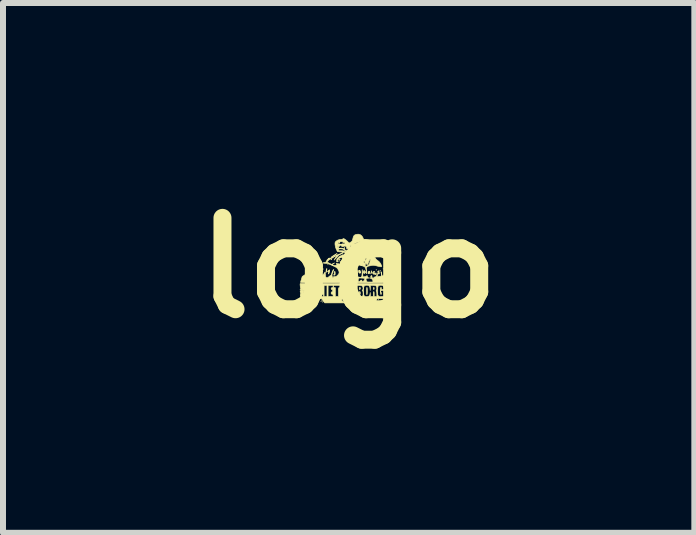
<source format=kicad_pcb>
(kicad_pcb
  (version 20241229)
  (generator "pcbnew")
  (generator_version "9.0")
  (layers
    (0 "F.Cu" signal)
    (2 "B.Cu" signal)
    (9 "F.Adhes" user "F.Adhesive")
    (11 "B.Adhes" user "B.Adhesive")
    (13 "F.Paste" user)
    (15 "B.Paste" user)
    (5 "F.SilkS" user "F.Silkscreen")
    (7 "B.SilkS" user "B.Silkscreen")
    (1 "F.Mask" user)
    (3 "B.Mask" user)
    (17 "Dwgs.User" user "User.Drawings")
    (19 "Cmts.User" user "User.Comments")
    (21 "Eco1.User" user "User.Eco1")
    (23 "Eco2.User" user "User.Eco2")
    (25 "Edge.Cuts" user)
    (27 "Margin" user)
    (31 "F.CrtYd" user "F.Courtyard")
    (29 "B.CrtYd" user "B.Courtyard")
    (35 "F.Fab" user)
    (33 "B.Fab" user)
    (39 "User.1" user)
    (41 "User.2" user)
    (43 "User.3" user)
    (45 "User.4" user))
  (footprint "logo"
    (layer "F.Cu")
    (at 2.765 1.418)
    (property "Reference" "logo" (at 0 0 0) (layer "F.SilkS") (effects (font (size 1.524 1.524) (thickness 0.3))))
    (attr through_hole)
    (fp_poly (pts (xy -0.667 0.568) (xy -0.67 0.572) (xy -0.673 0.568) (xy -0.67 0.565) (xy -0.667 0.568)) (stroke (width 0.01) (type solid)) (fill yes) (layer "F.SilkS"))
    (fp_poly (pts (xy -0.457 0.562) (xy -0.46 0.565) (xy -0.464 0.562) (xy -0.46 0.559) (xy -0.457 0.562)) (stroke (width 0.01) (type solid)) (fill yes) (layer "F.SilkS"))
    (fp_poly (pts (xy -0.451 0.537) (xy -0.454 0.54) (xy -0.457 0.537) (xy -0.454 0.533) (xy -0.451 0.537)) (stroke (width 0.01) (type solid)) (fill yes) (layer "F.SilkS"))
    (fp_poly (pts (xy -0.432 0.568) (xy -0.435 0.572) (xy -0.438 0.568) (xy -0.435 0.565) (xy -0.432 0.568)) (stroke (width 0.01) (type solid)) (fill yes) (layer "F.SilkS"))
    (fp_poly (pts (xy -0.381 0.092) (xy -0.384 0.095) (xy -0.387 0.092) (xy -0.384 0.089) (xy -0.381 0.092)) (stroke (width 0.01) (type solid)) (fill yes) (layer "F.SilkS"))
    (fp_poly (pts (xy -0.343 -0.054) (xy -0.346 -0.051) (xy -0.349 -0.054) (xy -0.346 -0.057) (xy -0.343 -0.054)) (stroke (width 0.01) (type solid)) (fill yes) (layer "F.SilkS"))
    (fp_poly (pts (xy -0.095 0.537) (xy -0.098 0.54) (xy -0.102 0.537) (xy -0.098 0.533) (xy -0.095 0.537)) (stroke (width 0.01) (type solid)) (fill yes) (layer "F.SilkS"))
    (fp_poly (pts (xy 0.038 0.53) (xy 0.035 0.533) (xy 0.032 0.53) (xy 0.035 0.527) (xy 0.038 0.53)) (stroke (width 0.01) (type solid)) (fill yes) (layer "F.SilkS"))
    (fp_poly (pts (xy 0.07 0.098) (xy 0.067 0.102) (xy 0.064 0.098) (xy 0.067 0.095) (xy 0.07 0.098)) (stroke (width 0.01) (type solid)) (fill yes) (layer "F.SilkS"))
    (fp_poly (pts (xy 0.076 0.048) (xy 0.073 0.051) (xy 0.07 0.048) (xy 0.073 0.044) (xy 0.076 0.048)) (stroke (width 0.01) (type solid)) (fill yes) (layer "F.SilkS"))
    (fp_poly (pts (xy 0.47 0.568) (xy 0.467 0.572) (xy 0.464 0.568) (xy 0.467 0.565) (xy 0.47 0.568)) (stroke (width 0.01) (type solid)) (fill yes) (layer "F.SilkS"))
    (fp_poly (pts (xy 0.502 0.53) (xy 0.498 0.533) (xy 0.495 0.53) (xy 0.498 0.527) (xy 0.502 0.53)) (stroke (width 0.01) (type solid)) (fill yes) (layer "F.SilkS"))
    (fp_poly (pts (xy 0.533 0.048) (xy 0.53 0.051) (xy 0.527 0.048) (xy 0.53 0.044) (xy 0.533 0.048)) (stroke (width 0.01) (type solid)) (fill yes) (layer "F.SilkS"))
    (fp_poly (pts (xy 0.718 0.549) (xy 0.714 0.552) (xy 0.711 0.549) (xy 0.714 0.546) (xy 0.718 0.549)) (stroke (width 0.01) (type solid)) (fill yes) (layer "F.SilkS"))
    (fp_poly (pts (xy 0.845 0.378) (xy 0.841 0.381) (xy 0.838 0.378) (xy 0.841 0.375) (xy 0.845 0.378)) (stroke (width 0.01) (type solid)) (fill yes) (layer "F.SilkS"))
    (fp_poly (pts (xy -0.091 -0.226) (xy -0.092 -0.223) (xy -0.095 -0.222) (xy -0.1 -0.225) (xy -0.099 -0.226) (xy -0.092 -0.227) (xy -0.091 -0.226)) (stroke (width 0.01) (type solid)) (fill yes) (layer "F.SilkS"))
    (fp_poly (pts (xy 0.265 -0.389) (xy 0.265 -0.376) (xy 0.265 -0.373) (xy 0.262 -0.372) (xy 0.261 -0.381) (xy 0.262 -0.39) (xy 0.265 -0.389)) (stroke (width 0.01) (type solid)) (fill yes) (layer "F.SilkS"))
    (fp_poly (pts (xy 0.461 0.028) (xy 0.462 0.035) (xy 0.461 0.036) (xy 0.458 0.035) (xy 0.457 0.032) (xy 0.46 0.027) (xy 0.461 0.028)) (stroke (width 0.01) (type solid)) (fill yes) (layer "F.SilkS"))
    (fp_poly (pts (xy 0.582 0.015) (xy 0.581 0.019) (xy 0.578 0.019) (xy 0.573 0.017) (xy 0.574 0.015) (xy 0.581 0.014) (xy 0.582 0.015)) (stroke (width 0.01) (type solid)) (fill yes) (layer "F.SilkS"))
    (fp_poly (pts (xy -0.282 -0.145) (xy -0.284 -0.14) (xy -0.29 -0.137) (xy -0.298 -0.135) (xy -0.295 -0.14) (xy -0.294 -0.14) (xy -0.285 -0.146) (xy -0.282 -0.145)) (stroke (width 0.01) (type solid)) (fill yes) (layer "F.SilkS"))
    (fp_poly (pts (xy -0.604 0.164) (xy -0.603 0.168) (xy -0.607 0.177) (xy -0.61 0.178) (xy -0.615 0.173) (xy -0.616 0.168) (xy -0.613 0.16) (xy -0.61 0.159) (xy -0.604 0.164)) (stroke (width 0.01) (type solid)) (fill yes) (layer "F.SilkS"))
    (fp_poly (pts (xy -0.142 -0.139) (xy -0.144 -0.135) (xy -0.146 -0.133) (xy -0.159 -0.127) (xy -0.165 -0.131) (xy -0.165 -0.133) (xy -0.16 -0.138) (xy -0.151 -0.14) (xy -0.142 -0.139)) (stroke (width 0.01) (type solid)) (fill yes) (layer "F.SilkS"))
    (fp_poly (pts (xy 0.194 0.33) (xy 0.195 0.341) (xy 0.192 0.353) (xy 0.186 0.361) (xy 0.184 0.362) (xy 0.18 0.356) (xy 0.178 0.343) (xy 0.178 0.343) (xy 0.18 0.328) (xy 0.186 0.324) (xy 0.194 0.33)) (stroke (width 0.01) (type solid)) (fill yes) (layer "F.SilkS"))
    (fp_poly (pts (xy 0.379 0.05) (xy 0.383 0.063) (xy 0.384 0.067) (xy 0.386 0.083) (xy 0.386 0.092) (xy 0.385 0.093) (xy 0.383 0.089) (xy 0.379 0.077) (xy 0.378 0.073) (xy 0.376 0.057) (xy 0.376 0.047) (xy 0.377 0.047) (xy 0.379 0.05)) (stroke (width 0.01) (type solid)) (fill yes) (layer "F.SilkS"))
    (fp_poly (pts (xy 0.424 0.329) (xy 0.425 0.343) (xy 0.425 0.343) (xy 0.424 0.356) (xy 0.419 0.362) (xy 0.419 0.362) (xy 0.415 0.356) (xy 0.413 0.343) (xy 0.413 0.343) (xy 0.415 0.33) (xy 0.419 0.324) (xy 0.419 0.324) (xy 0.424 0.329)) (stroke (width 0.01) (type solid)) (fill yes) (layer "F.SilkS"))
    (fp_poly (pts (xy -0.363 0.013) (xy -0.364 0.027) (xy -0.365 0.034) (xy -0.368 0.055) (xy -0.372 0.07) (xy -0.375 0.076) (xy -0.377 0.071) (xy -0.378 0.056) (xy -0.378 0.056) (xy -0.375 0.035) (xy -0.371 0.019) (xy -0.369 0.015) (xy -0.364 0.01) (xy -0.363 0.013)) (stroke (width 0.01) (type solid)) (fill yes) (layer "F.SilkS"))
    (fp_poly (pts (xy 0.191 0.399) (xy 0.194 0.412) (xy 0.194 0.423) (xy 0.192 0.436) (xy 0.191 0.44) (xy 0.186 0.444) (xy 0.184 0.445) (xy 0.18 0.439) (xy 0.178 0.425) (xy 0.178 0.419) (xy 0.179 0.403) (xy 0.182 0.394) (xy 0.183 0.394) (xy 0.191 0.399)) (stroke (width 0.01) (type solid)) (fill yes) (layer "F.SilkS"))
    (fp_poly (pts (xy -0.556 0.33) (xy -0.554 0.347) (xy -0.553 0.372) (xy -0.552 0.384) (xy -0.553 0.41) (xy -0.555 0.432) (xy -0.557 0.445) (xy -0.559 0.448) (xy -0.562 0.444) (xy -0.564 0.428) (xy -0.565 0.401) (xy -0.565 0.388) (xy -0.565 0.358) (xy -0.563 0.337) (xy -0.56 0.325) (xy -0.559 0.324) (xy -0.556 0.33)) (stroke (width 0.01) (type solid)) (fill yes) (layer "F.SilkS"))
    (fp_poly (pts (xy -0.206 -0.229) (xy -0.22 -0.217) (xy -0.239 -0.205) (xy -0.244 -0.202) (xy -0.263 -0.192) (xy -0.278 -0.182) (xy -0.281 -0.179) (xy -0.289 -0.174) (xy -0.292 -0.175) (xy -0.287 -0.182) (xy -0.275 -0.192) (xy -0.265 -0.198) (xy -0.244 -0.211) (xy -0.222 -0.225) (xy -0.216 -0.229) (xy -0.194 -0.243) (xy -0.206 -0.229)) (stroke (width 0.01) (type solid)) (fill yes) (layer "F.SilkS"))
    (fp_poly (pts (xy 0.308 0.33) (xy 0.31 0.347) (xy 0.311 0.372) (xy 0.311 0.384) (xy 0.311 0.41) (xy 0.309 0.432) (xy 0.306 0.445) (xy 0.305 0.448) (xy 0.302 0.444) (xy 0.3 0.428) (xy 0.299 0.401) (xy 0.298 0.388) (xy 0.299 0.358) (xy 0.301 0.337) (xy 0.303 0.325) (xy 0.305 0.324) (xy 0.308 0.33)) (stroke (width 0.01) (type solid)) (fill yes) (layer "F.SilkS"))
    (fp_poly (pts (xy -0.228 0.06) (xy -0.226 0.073) (xy -0.225 0.089) (xy -0.226 0.108) (xy -0.229 0.117) (xy -0.235 0.12) (xy -0.241 0.121) (xy -0.251 0.119) (xy -0.25 0.116) (xy -0.243 0.107) (xy -0.238 0.094) (xy -0.237 0.082) (xy -0.24 0.076) (xy -0.241 0.076) (xy -0.246 0.074) (xy -0.241 0.067) (xy -0.233 0.059) (xy -0.228 0.06)) (stroke (width 0.01) (type solid)) (fill yes) (layer "F.SilkS"))
    (fp_poly (pts (xy 0.043 0.054) (xy 0.051 0.058) (xy 0.047 0.062) (xy 0.043 0.064) (xy 0.034 0.072) (xy 0.032 0.081) (xy 0.036 0.086) (xy 0.041 0.085) (xy 0.049 0.085) (xy 0.051 0.088) (xy 0.046 0.094) (xy 0.035 0.095) (xy 0.025 0.092) (xy 0.023 0.091) (xy 0.019 0.081) (xy 0.02 0.066) (xy 0.024 0.055) (xy 0.026 0.054) (xy 0.037 0.052) (xy 0.043 0.054)) (stroke (width 0.01) (type solid)) (fill yes) (layer "F.SilkS"))
    (fp_poly (pts (xy 0.12 0.05) (xy 0.12 0.056) (xy 0.118 0.074) (xy 0.111 0.087) (xy 0.103 0.094) (xy 0.094 0.092) (xy 0.092 0.089) (xy 0.094 0.083) (xy 0.098 0.083) (xy 0.107 0.079) (xy 0.108 0.076) (xy 0.104 0.07) (xy 0.102 0.07) (xy 0.095 0.065) (xy 0.093 0.059) (xy 0.091 0.053) (xy 0.097 0.056) (xy 0.098 0.057) (xy 0.106 0.06) (xy 0.113 0.053) (xy 0.114 0.053) (xy 0.119 0.046) (xy 0.12 0.05)) (stroke (width 0.01) (type solid)) (fill yes) (layer "F.SilkS"))
    (fp_poly (pts (xy 0.267 0.049) (xy 0.276 0.058) (xy 0.282 0.07) (xy 0.28 0.078) (xy 0.275 0.084) (xy 0.263 0.094) (xy 0.254 0.092) (xy 0.248 0.084) (xy 0.246 0.073) (xy 0.255 0.073) (xy 0.257 0.08) (xy 0.263 0.079) (xy 0.271 0.072) (xy 0.272 0.069) (xy 0.265 0.063) (xy 0.258 0.066) (xy 0.255 0.073) (xy 0.246 0.073) (xy 0.245 0.069) (xy 0.247 0.055) (xy 0.253 0.046) (xy 0.258 0.044) (xy 0.267 0.049)) (stroke (width 0.01) (type solid)) (fill yes) (layer "F.SilkS"))
    (fp_poly (pts (xy 0.511 0.05) (xy 0.509 0.057) (xy 0.504 0.06) (xy 0.497 0.064) (xy 0.5 0.069) (xy 0.505 0.072) (xy 0.513 0.084) (xy 0.512 0.091) (xy 0.505 0.099) (xy 0.496 0.102) (xy 0.49 0.098) (xy 0.489 0.095) (xy 0.494 0.09) (xy 0.496 0.09) (xy 0.504 0.087) (xy 0.506 0.084) (xy 0.504 0.078) (xy 0.496 0.076) (xy 0.485 0.072) (xy 0.483 0.067) (xy 0.487 0.058) (xy 0.497 0.05) (xy 0.506 0.048) (xy 0.511 0.05)) (stroke (width 0.01) (type solid)) (fill yes) (layer "F.SilkS"))
    (fp_poly (pts (xy -0.428 0.012) (xy -0.427 0.021) (xy -0.432 0.034) (xy -0.442 0.044) (xy -0.453 0.053) (xy -0.454 0.056) (xy -0.446 0.057) (xy -0.445 0.057) (xy -0.435 0.06) (xy -0.432 0.064) (xy -0.432 0.068) (xy -0.437 0.069) (xy -0.448 0.067) (xy -0.46 0.064) (xy -0.478 0.06) (xy -0.455 0.043) (xy -0.439 0.029) (xy -0.433 0.019) (xy -0.435 0.014) (xy -0.446 0.016) (xy -0.455 0.018) (xy -0.453 0.015) (xy -0.449 0.013) (xy -0.436 0.008) (xy -0.428 0.012)) (stroke (width 0.01) (type solid)) (fill yes) (layer "F.SilkS"))
    (fp_poly (pts (xy 0.43 0.06) (xy 0.436 0.064) (xy 0.432 0.068) (xy 0.426 0.072) (xy 0.412 0.081) (xy 0.408 0.089) (xy 0.413 0.095) (xy 0.419 0.095) (xy 0.428 0.093) (xy 0.429 0.089) (xy 0.431 0.084) (xy 0.438 0.083) (xy 0.448 0.086) (xy 0.451 0.098) (xy 0.45 0.11) (xy 0.448 0.114) (xy 0.445 0.109) (xy 0.445 0.108) (xy 0.44 0.104) (xy 0.431 0.105) (xy 0.416 0.105) (xy 0.405 0.096) (xy 0.4 0.083) (xy 0.405 0.069) (xy 0.409 0.064) (xy 0.423 0.059) (xy 0.43 0.06)) (stroke (width 0.01) (type solid)) (fill yes) (layer "F.SilkS"))
    (fp_poly (pts (xy -0.318 0.046) (xy -0.319 0.062) (xy -0.324 0.079) (xy -0.33 0.094) (xy -0.335 0.101) (xy -0.336 0.102) (xy -0.339 0.096) (xy -0.338 0.083) (xy -0.338 0.083) (xy -0.338 0.069) (xy -0.345 0.063) (xy -0.347 0.062) (xy -0.353 0.06) (xy -0.35 0.055) (xy -0.345 0.051) (xy -0.333 0.051) (xy -0.333 0.057) (xy -0.331 0.057) (xy -0.324 0.053) (xy -0.324 0.051) (xy -0.326 0.045) (xy -0.327 0.044) (xy -0.332 0.049) (xy -0.333 0.051) (xy -0.345 0.051) (xy -0.338 0.046) (xy -0.318 0.031) (xy -0.318 0.046)) (stroke (width 0.01) (type solid)) (fill yes) (layer "F.SilkS"))
    (fp_poly (pts (xy 0.347 0.056) (xy 0.353 0.065) (xy 0.357 0.08) (xy 0.358 0.082) (xy 0.36 0.096) (xy 0.359 0.099) (xy 0.352 0.094) (xy 0.35 0.093) (xy 0.339 0.085) (xy 0.332 0.083) (xy 0.332 0.087) (xy 0.333 0.088) (xy 0.332 0.097) (xy 0.33 0.098) (xy 0.326 0.096) (xy 0.324 0.084) (xy 0.326 0.07) (xy 0.337 0.07) (xy 0.339 0.076) (xy 0.339 0.076) (xy 0.345 0.072) (xy 0.346 0.07) (xy 0.346 0.064) (xy 0.343 0.064) (xy 0.337 0.068) (xy 0.337 0.07) (xy 0.326 0.07) (xy 0.327 0.067) (xy 0.335 0.056) (xy 0.345 0.055) (xy 0.347 0.056)) (stroke (width 0.01) (type solid)) (fill yes) (layer "F.SilkS"))
    (fp_poly (pts (xy -0.511 -0.008) (xy -0.517 0.003) (xy -0.517 0.003) (xy -0.523 0.014) (xy -0.523 0.019) (xy -0.522 0.019) (xy -0.522 0.022) (xy -0.524 0.024) (xy -0.533 0.033) (xy -0.539 0.041) (xy -0.545 0.05) (xy -0.545 0.047) (xy -0.544 0.04) (xy -0.544 0.029) (xy -0.553 0.025) (xy -0.553 0.025) (xy -0.563 0.023) (xy -0.565 0.019) (xy -0.56 0.015) (xy -0.548 0.015) (xy -0.534 0.012) (xy -0.528 0.006) (xy -0.527 0.00021) (xy -0.532 0.003) (xy -0.536 0.006) (xy -0.546 0.011) (xy -0.55 0.011) (xy -0.547 0.006) (xy -0.537 -0.001) (xy -0.525 -0.008) (xy -0.514 -0.012) (xy -0.511 -0.013) (xy -0.511 -0.008)) (stroke (width 0.01) (type solid)) (fill yes) (layer "F.SilkS"))
    (fp_poly (pts (xy 0.189 0.044) (xy 0.198 0.057) (xy 0.202 0.072) (xy 0.2 0.08) (xy 0.192 0.088) (xy 0.181 0.088) (xy 0.171 0.08) (xy 0.17 0.076) (xy 0.178 0.076) (xy 0.183 0.082) (xy 0.184 0.083) (xy 0.19 0.078) (xy 0.191 0.076) (xy 0.186 0.07) (xy 0.184 0.07) (xy 0.178 0.075) (xy 0.178 0.076) (xy 0.17 0.076) (xy 0.169 0.075) (xy 0.165 0.053) (xy 0.166 0.051) (xy 0.178 0.051) (xy 0.18 0.057) (xy 0.181 0.057) (xy 0.186 0.053) (xy 0.187 0.051) (xy 0.187 0.045) (xy 0.185 0.044) (xy 0.178 0.049) (xy 0.178 0.051) (xy 0.166 0.051) (xy 0.168 0.042) (xy 0.178 0.038) (xy 0.189 0.044)) (stroke (width 0.01) (type solid)) (fill yes) (layer "F.SilkS"))
    (fp_poly (pts (xy 0.057 0.22) (xy 0.117 0.26) (xy 0.813 0.26) (xy 0.813 0.349) (xy 0.765 0.349) (xy 0.742 0.35) (xy 0.726 0.352) (xy 0.718 0.354) (xy 0.718 0.355) (xy 0.723 0.357) (xy 0.739 0.359) (xy 0.76 0.36) (xy 0.764 0.36) (xy 0.81 0.359) (xy 0.81 0.377) (xy 0.81 0.378) (xy 0.809 0.39) (xy 0.803 0.396) (xy 0.79 0.4) (xy 0.781 0.401) (xy 0.752 0.405) (xy 0.783 0.404) (xy 0.803 0.405) (xy 0.812 0.409) (xy 0.813 0.411) (xy 0.808 0.416) (xy 0.793 0.419) (xy 0.767 0.42) (xy 0.764 0.42) (xy 0.714 0.421) (xy 0.762 0.425) (xy 0.81 0.429) (xy 0.812 0.452) (xy 0.811 0.469) (xy 0.805 0.482) (xy 0.793 0.495) (xy 0.772 0.514) (xy 0.624 0.514) (xy 0.477 0.514) (xy 0.46 0.543) (xy 0.448 0.561) (xy 0.437 0.574) (xy 0.432 0.578) (xy 0.423 0.579) (xy 0.402 0.58) (xy 0.369 0.581) (xy 0.326 0.582) (xy 0.272 0.583) (xy 0.208 0.584) (xy 0.135 0.584) (xy 0.053 0.584) (xy 0.011 0.584) (xy -0.399 0.584) (xy -0.416 0.564) (xy -0.427 0.55) (xy -0.118 0.55) (xy -0.109 0.552) (xy -0.109 0.552) (xy -0.098 0.555) (xy -0.095 0.559) (xy -0.09 0.564) (xy -0.08 0.565) (xy -0.071 0.562) (xy -0.069 0.559) (xy -0.068 0.549) (xy -0.068 0.532) (xy -0.069 0.524) (xy -0.07 0.511) (xy -0.051 0.511) (xy -0.046 0.519) (xy -0.038 0.52) (xy -0.032 0.515) (xy -0.031 0.513) (xy -0.03 0.508) (xy -0.028 0.513) (xy -0.029 0.523) (xy -0.037 0.536) (xy -0.038 0.537) (xy -0.048 0.553) (xy -0.049 0.561) (xy -0.039 0.565) (xy -0.029 0.565) (xy -0.014 0.564) (xy -0.007 0.56) (xy -0.006 0.559) (xy -0.012 0.553) (xy -0.016 0.552) (xy -0.021 0.55) (xy -0.018 0.543) (xy -0.014 0.537) (xy 0.014 0.537) (xy 0.014 0.549) (xy 0.022 0.552) (xy 0.022 0.552) (xy 0.031 0.556) (xy 0.032 0.559) (xy 0.037 0.564) (xy 0.047 0.565) (xy 0.056 0.561) (xy 0.059 0.557) (xy 0.06 0.546) (xy 0.059 0.529) (xy 0.059 0.522) (xy 0.057 0.511) (xy 0.072 0.511) (xy 0.073 0.515) (xy 0.078 0.518) (xy 0.087 0.527) (xy 0.089 0.544) (xy 0.091 0.56) (xy 0.098 0.565) (xy 0.098 0.565) (xy 0.104 0.562) (xy 0.107 0.551) (xy 0.108 0.53) (xy 0.107 0.509) (xy 0.105 0.499) (xy 0.098 0.497) (xy 0.085 0.503) (xy 0.083 0.505) (xy 0.072 0.511) (xy 0.057 0.511) (xy 0.056 0.505) (xy 0.051 0.497) (xy 0.041 0.495) (xy 0.041 0.495) (xy 0.029 0.499) (xy 0.02 0.513) (xy 0.02 0.515) (xy 0.014 0.537) (xy -0.014 0.537) (xy -0.012 0.533) (xy -0.003 0.52) (xy -0.002 0.512) (xy -0.007 0.504) (xy -0.008 0.504) (xy -0.02 0.498) (xy -0.035 0.498) (xy -0.047 0.503) (xy -0.051 0.511) (xy -0.07 0.511) (xy -0.071 0.506) (xy -0.075 0.498) (xy -0.084 0.495) (xy -0.086 0.495) (xy -0.099 0.5) (xy -0.107 0.513) (xy -0.113 0.53) (xy -0.118 0.541) (xy -0.118 0.55) (xy -0.427 0.55) (xy -0.429 0.547) (xy -0.439 0.531) (xy -0.44 0.529) (xy -0.447 0.514) (xy -0.772 0.514) (xy -0.789 0.497) (xy -0.8 0.48) (xy -0.806 0.461) (xy -0.699 0.461) (xy -0.697 0.471) (xy -0.69 0.475) (xy -0.674 0.476) (xy -0.674 0.476) (xy -0.654 0.474) (xy -0.64 0.467) (xy -0.639 0.466) (xy -0.634 0.46) (xy -0.631 0.448) (xy -0.63 0.43) (xy -0.629 0.403) (xy -0.629 0.376) (xy -0.616 0.376) (xy -0.615 0.404) (xy -0.614 0.429) (xy -0.612 0.449) (xy -0.609 0.458) (xy -0.594 0.473) (xy -0.573 0.481) (xy -0.55 0.48) (xy -0.527 0.471) (xy -0.523 0.467) (xy -0.515 0.46) (xy -0.51 0.452) (xy -0.507 0.442) (xy -0.505 0.426) (xy -0.505 0.401) (xy -0.505 0.385) (xy -0.506 0.349) (xy -0.509 0.324) (xy -0.515 0.307) (xy -0.526 0.296) (xy -0.537 0.292) (xy -0.495 0.292) (xy -0.495 0.476) (xy -0.419 0.476) (xy -0.419 0.476) (xy -0.41 0.476) (xy -0.386 0.476) (xy -0.362 0.476) (xy -0.362 0.292) (xy -0.343 0.292) (xy -0.343 0.476) (xy -0.26 0.476) (xy -0.26 0.457) (xy -0.262 0.444) (xy -0.269 0.439) (xy -0.276 0.438) (xy -0.288 0.436) (xy -0.292 0.427) (xy -0.292 0.419) (xy -0.29 0.405) (xy -0.283 0.4) (xy -0.279 0.4) (xy -0.27 0.397) (xy -0.267 0.386) (xy -0.267 0.381) (xy -0.269 0.367) (xy -0.276 0.362) (xy -0.279 0.362) (xy -0.289 0.358) (xy -0.292 0.346) (xy -0.289 0.334) (xy -0.279 0.33) (xy -0.276 0.33) (xy -0.265 0.328) (xy -0.261 0.319) (xy -0.26 0.311) (xy -0.26 0.292) (xy -0.254 0.292) (xy -0.254 0.311) (xy -0.252 0.325) (xy -0.245 0.33) (xy -0.238 0.33) (xy -0.222 0.33) (xy -0.222 0.476) (xy -0.171 0.476) (xy -0.171 0.403) (xy -0.171 0.394) (xy -0.101 0.394) (xy -0.1 0.421) (xy -0.099 0.442) (xy -0.096 0.453) (xy -0.084 0.468) (xy -0.064 0.478) (xy -0.041 0.481) (xy -0.019 0.477) (xy -0.001 0.466) (xy 0.002 0.463) (xy 0.009 0.446) (xy 0.013 0.425) (xy 0.013 0.424) (xy 0.013 0.399) (xy -0.011 0.401) (xy -0.027 0.404) (xy -0.034 0.41) (xy -0.037 0.424) (xy -0.037 0.427) (xy -0.04 0.441) (xy -0.044 0.448) (xy -0.045 0.447) (xy -0.048 0.44) (xy -0.05 0.424) (xy -0.051 0.402) (xy -0.051 0.378) (xy -0.05 0.355) (xy -0.048 0.336) (xy -0.046 0.325) (xy -0.044 0.324) (xy -0.04 0.329) (xy -0.038 0.344) (xy -0.038 0.349) (xy -0.038 0.375) (xy 0.013 0.375) (xy 0.013 0.347) (xy 0.01 0.327) (xy 0.005 0.31) (xy 0.003 0.306) (xy -0.009 0.297) (xy 0.013 0.297) (xy 0.015 0.305) (xy 0.019 0.322) (xy 0.026 0.345) (xy 0.029 0.355) (xy 0.036 0.385) (xy 0.042 0.414) (xy 0.044 0.439) (xy 0.044 0.443) (xy 0.044 0.476) (xy 0.067 0.476) (xy 0.081 0.476) (xy 0.087 0.471) (xy 0.089 0.46) (xy 0.089 0.449) (xy 0.09 0.435) (xy 0.094 0.413) (xy 0.099 0.388) (xy 0.106 0.361) (xy 0.113 0.336) (xy 0.119 0.315) (xy 0.124 0.302) (xy 0.127 0.298) (xy 0.128 0.304) (xy 0.129 0.321) (xy 0.13 0.345) (xy 0.13 0.376) (xy 0.13 0.387) (xy 0.13 0.476) (xy 0.178 0.476) (xy 0.205 0.475) (xy 0.225 0.472) (xy 0.234 0.469) (xy 0.239 0.457) (xy 0.241 0.439) (xy 0.241 0.419) (xy 0.239 0.4) (xy 0.235 0.386) (xy 0.232 0.383) (xy 0.23 0.382) (xy 0.248 0.382) (xy 0.248 0.418) (xy 0.251 0.443) (xy 0.256 0.46) (xy 0.265 0.471) (xy 0.275 0.477) (xy 0.296 0.48) (xy 0.32 0.477) (xy 0.34 0.469) (xy 0.343 0.466) (xy 0.352 0.451) (xy 0.357 0.428) (xy 0.357 0.426) (xy 0.359 0.412) (xy 0.359 0.409) (xy 0.36 0.417) (xy 0.361 0.437) (xy 0.362 0.476) (xy 0.413 0.476) (xy 0.413 0.435) (xy 0.414 0.413) (xy 0.416 0.399) (xy 0.419 0.394) (xy 0.422 0.4) (xy 0.425 0.415) (xy 0.425 0.435) (xy 0.425 0.476) (xy 0.47 0.476) (xy 0.47 0.436) (xy 0.469 0.413) (xy 0.466 0.396) (xy 0.462 0.389) (xy 0.46 0.385) (xy 0.483 0.385) (xy 0.483 0.416) (xy 0.483 0.437) (xy 0.485 0.45) (xy 0.489 0.459) (xy 0.494 0.465) (xy 0.5 0.47) (xy 0.519 0.48) (xy 0.533 0.48) (xy 0.552 0.477) (xy 0.57 0.476) (xy 0.591 0.477) (xy 0.591 0.374) (xy 0.564 0.376) (xy 0.546 0.378) (xy 0.537 0.384) (xy 0.535 0.392) (xy 0.535 0.403) (xy 0.539 0.406) (xy 0.544 0.412) (xy 0.546 0.425) (xy 0.546 0.426) (xy 0.544 0.44) (xy 0.538 0.443) (xy 0.534 0.436) (xy 0.531 0.42) (xy 0.528 0.398) (xy 0.527 0.374) (xy 0.528 0.353) (xy 0.53 0.338) (xy 0.536 0.326) (xy 0.542 0.325) (xy 0.545 0.335) (xy 0.545 0.341) (xy 0.545 0.353) (xy 0.55 0.358) (xy 0.565 0.361) (xy 0.567 0.361) (xy 0.582 0.361) (xy 0.589 0.358) (xy 0.591 0.346) (xy 0.591 0.338) (xy 0.59 0.333) (xy 0.599 0.333) (xy 0.602 0.355) (xy 0.613 0.376) (xy 0.635 0.396) (xy 0.635 0.396) (xy 0.651 0.409) (xy 0.659 0.421) (xy 0.66 0.432) (xy 0.658 0.447) (xy 0.654 0.45) (xy 0.649 0.442) (xy 0.647 0.43) (xy 0.643 0.416) (xy 0.635 0.409) (xy 0.624 0.408) (xy 0.61 0.407) (xy 0.605 0.411) (xy 0.603 0.424) (xy 0.603 0.43) (xy 0.605 0.447) (xy 0.607 0.46) (xy 0.608 0.461) (xy 0.624 0.474) (xy 0.646 0.48) (xy 0.67 0.479) (xy 0.69 0.472) (xy 0.7 0.463) (xy 0.708 0.446) (xy 0.711 0.424) (xy 0.709 0.405) (xy 0.72 0.405) (xy 0.727 0.406) (xy 0.735 0.405) (xy 0.735 0.403) (xy 0.743 0.403) (xy 0.746 0.406) (xy 0.749 0.403) (xy 0.746 0.4) (xy 0.743 0.403) (xy 0.735 0.403) (xy 0.735 0.403) (xy 0.726 0.401) (xy 0.723 0.402) (xy 0.72 0.405) (xy 0.709 0.405) (xy 0.709 0.403) (xy 0.705 0.394) (xy 0.704 0.389) (xy 0.708 0.386) (xy 0.721 0.383) (xy 0.744 0.381) (xy 0.754 0.38) (xy 0.81 0.377) (xy 0.748 0.376) (xy 0.718 0.376) (xy 0.698 0.374) (xy 0.683 0.371) (xy 0.672 0.366) (xy 0.667 0.362) (xy 0.655 0.351) (xy 0.649 0.338) (xy 0.648 0.328) (xy 0.654 0.324) (xy 0.654 0.324) (xy 0.659 0.329) (xy 0.66 0.337) (xy 0.663 0.345) (xy 0.673 0.349) (xy 0.683 0.349) (xy 0.698 0.348) (xy 0.704 0.343) (xy 0.705 0.331) (xy 0.7 0.309) (xy 0.684 0.295) (xy 0.665 0.289) (xy 0.638 0.288) (xy 0.618 0.297) (xy 0.605 0.313) (xy 0.599 0.333) (xy 0.59 0.333) (xy 0.586 0.313) (xy 0.572 0.297) (xy 0.549 0.29) (xy 0.537 0.289) (xy 0.516 0.29) (xy 0.501 0.295) (xy 0.491 0.306) (xy 0.486 0.324) (xy 0.483 0.352) (xy 0.483 0.385) (xy 0.46 0.385) (xy 0.458 0.38) (xy 0.462 0.373) (xy 0.468 0.36) (xy 0.47 0.341) (xy 0.467 0.321) (xy 0.461 0.305) (xy 0.459 0.304) (xy 0.45 0.297) (xy 0.436 0.293) (xy 0.413 0.292) (xy 0.405 0.292) (xy 0.362 0.292) (xy 0.361 0.341) (xy 0.36 0.365) (xy 0.36 0.377) (xy 0.359 0.377) (xy 0.358 0.366) (xy 0.357 0.352) (xy 0.353 0.322) (xy 0.344 0.303) (xy 0.328 0.292) (xy 0.304 0.289) (xy 0.3 0.289) (xy 0.28 0.291) (xy 0.265 0.297) (xy 0.255 0.31) (xy 0.25 0.331) (xy 0.248 0.362) (xy 0.248 0.382) (xy 0.23 0.382) (xy 0.225 0.379) (xy 0.228 0.373) (xy 0.232 0.368) (xy 0.24 0.354) (xy 0.24 0.335) (xy 0.239 0.332) (xy 0.235 0.315) (xy 0.228 0.304) (xy 0.216 0.297) (xy 0.197 0.294) (xy 0.169 0.293) (xy 0.146 0.293) (xy 0.08 0.295) (xy 0.074 0.324) (xy 0.07 0.34) (xy 0.068 0.345) (xy 0.065 0.339) (xy 0.061 0.321) (xy 0.061 0.316) (xy 0.057 0.3) (xy 0.05 0.294) (xy 0.037 0.292) (xy 0.035 0.292) (xy 0.02 0.293) (xy 0.013 0.296) (xy 0.013 0.297) (xy -0.009 0.297) (xy -0.013 0.294) (xy -0.035 0.288) (xy -0.059 0.29) (xy -0.081 0.299) (xy -0.093 0.31) (xy -0.096 0.321) (xy -0.099 0.341) (xy -0.101 0.367) (xy -0.101 0.394) (xy -0.171 0.394) (xy -0.171 0.372) (xy -0.171 0.351) (xy -0.169 0.339) (xy -0.166 0.332) (xy -0.162 0.33) (xy -0.159 0.33) (xy -0.149 0.327) (xy -0.146 0.316) (xy -0.146 0.311) (xy -0.146 0.292) (xy -0.254 0.292) (xy -0.26 0.292) (xy -0.343 0.292) (xy -0.362 0.292) (xy -0.386 0.292) (xy -0.41 0.292) (xy -0.41 0.476) (xy -0.419 0.476) (xy -0.419 0.457) (xy -0.421 0.443) (xy -0.429 0.438) (xy -0.432 0.438) (xy -0.437 0.437) (xy -0.441 0.434) (xy -0.443 0.425) (xy -0.444 0.409) (xy -0.444 0.383) (xy -0.445 0.365) (xy -0.445 0.292) (xy -0.495 0.292) (xy -0.537 0.292) (xy -0.542 0.29) (xy -0.549 0.288) (xy -0.57 0.289) (xy -0.591 0.296) (xy -0.607 0.307) (xy -0.612 0.315) (xy -0.614 0.328) (xy -0.616 0.349) (xy -0.616 0.376) (xy -0.629 0.376) (xy -0.629 0.374) (xy -0.629 0.292) (xy -0.679 0.292) (xy -0.679 0.365) (xy -0.68 0.398) (xy -0.681 0.42) (xy -0.683 0.434) (xy -0.686 0.44) (xy -0.689 0.442) (xy -0.696 0.451) (xy -0.699 0.461) (xy -0.806 0.461) (xy -0.806 0.461) (xy -0.807 0.442) (xy -0.802 0.428) (xy -0.795 0.423) (xy -0.79 0.422) (xy -0.764 0.422) (xy -0.759 0.423) (xy -0.744 0.423) (xy -0.733 0.423) (xy -0.713 0.423) (xy -0.703 0.422) (xy -0.702 0.421) (xy -0.706 0.421) (xy -0.729 0.42) (xy -0.753 0.421) (xy -0.757 0.421) (xy -0.764 0.422) (xy -0.79 0.422) (xy -0.788 0.421) (xy -0.792 0.42) (xy -0.795 0.42) (xy -0.805 0.416) (xy -0.804 0.409) (xy -0.795 0.404) (xy -0.791 0.403) (xy -0.764 0.403) (xy -0.759 0.404) (xy -0.744 0.404) (xy -0.733 0.404) (xy -0.713 0.404) (xy -0.703 0.403) (xy -0.702 0.402) (xy -0.706 0.402) (xy -0.729 0.401) (xy -0.753 0.401) (xy -0.757 0.402) (xy -0.764 0.403) (xy -0.791 0.403) (xy -0.79 0.402) (xy -0.796 0.401) (xy -0.798 0.401) (xy -0.809 0.397) (xy -0.809 0.391) (xy -0.804 0.386) (xy -0.791 0.383) (xy -0.77 0.381) (xy -0.744 0.379) (xy -0.683 0.377) (xy -0.747 0.376) (xy -0.776 0.375) (xy -0.795 0.374) (xy -0.806 0.371) (xy -0.81 0.367) (xy -0.811 0.365) (xy -0.807 0.358) (xy -0.802 0.358) (xy -0.795 0.358) (xy -0.794 0.356) (xy -0.796 0.352) (xy -0.781 0.352) (xy -0.778 0.356) (xy -0.775 0.352) (xy -0.699 0.352) (xy -0.695 0.356) (xy -0.692 0.352) (xy -0.695 0.349) (xy -0.699 0.352) (xy -0.775 0.352) (xy -0.778 0.349) (xy -0.781 0.352) (xy -0.796 0.352) (xy -0.799 0.348) (xy -0.799 0.348) (xy -0.802 0.341) (xy -0.806 0.325) (xy -0.808 0.303) (xy -0.808 0.303) (xy -0.81 0.281) (xy -0.81 0.268) (xy -0.807 0.262) (xy -0.801 0.26) (xy -0.798 0.26) (xy -0.789 0.26) (xy -0.769 0.26) (xy -0.738 0.26) (xy -0.699 0.26) (xy -0.652 0.26) (xy -0.598 0.26) (xy -0.539 0.26) (xy -0.476 0.26) (xy -0.451 0.26) (xy -0.377 0.26) (xy -0.315 0.261) (xy -0.263 0.261) (xy -0.221 0.26) (xy -0.186 0.26) (xy -0.158 0.258) (xy -0.136 0.256) (xy -0.119 0.253) (xy -0.105 0.249) (xy -0.093 0.244) (xy -0.082 0.238) (xy -0.07 0.23) (xy -0.058 0.22) (xy -0.043 0.209) (xy -0.041 0.207) (xy -0.003 0.179) (xy 0.057 0.22)) (stroke (width 0.01) (type solid)) (fill yes) (layer "F.SilkS"))
    (fp_poly (pts (xy 0.19 -0.556) (xy 0.216 -0.538) (xy 0.236 -0.51) (xy 0.241 -0.496) (xy 0.248 -0.479) (xy 0.256 -0.472) (xy 0.267 -0.47) (xy 0.291 -0.467) (xy 0.303 -0.458) (xy 0.304 -0.444) (xy 0.293 -0.426) (xy 0.292 -0.425) (xy 0.283 -0.415) (xy 0.276 -0.415) (xy 0.274 -0.418) (xy 0.268 -0.423) (xy 0.262 -0.417) (xy 0.259 -0.414) (xy 0.248 -0.403) (xy 0.237 -0.4) (xy 0.224 -0.395) (xy 0.217 -0.381) (xy 0.209 -0.366) (xy 0.199 -0.357) (xy 0.19 -0.346) (xy 0.188 -0.33) (xy 0.193 -0.314) (xy 0.203 -0.303) (xy 0.206 -0.302) (xy 0.222 -0.298) (xy 0.231 -0.295) (xy 0.237 -0.296) (xy 0.242 -0.306) (xy 0.244 -0.317) (xy 0.25 -0.337) (xy 0.259 -0.349) (xy 0.261 -0.349) (xy 0.273 -0.355) (xy 0.278 -0.352) (xy 0.276 -0.338) (xy 0.271 -0.323) (xy 0.265 -0.314) (xy 0.261 -0.314) (xy 0.26 -0.321) (xy 0.259 -0.329) (xy 0.255 -0.325) (xy 0.254 -0.324) (xy 0.25 -0.311) (xy 0.248 -0.293) (xy 0.248 -0.29) (xy 0.244 -0.269) (xy 0.232 -0.253) (xy 0.232 -0.253) (xy 0.219 -0.24) (xy 0.217 -0.232) (xy 0.225 -0.227) (xy 0.226 -0.226) (xy 0.244 -0.224) (xy 0.26 -0.231) (xy 0.268 -0.245) (xy 0.268 -0.247) (xy 0.27 -0.264) (xy 0.279 -0.247) (xy 0.295 -0.227) (xy 0.321 -0.216) (xy 0.356 -0.213) (xy 0.375 -0.214) (xy 0.398 -0.216) (xy 0.411 -0.215) (xy 0.418 -0.213) (xy 0.421 -0.206) (xy 0.423 -0.201) (xy 0.43 -0.184) (xy 0.439 -0.174) (xy 0.448 -0.163) (xy 0.451 -0.155) (xy 0.456 -0.146) (xy 0.468 -0.136) (xy 0.468 -0.136) (xy 0.506 -0.106) (xy 0.533 -0.073) (xy 0.548 -0.037) (xy 0.549 -0.037) (xy 0.55 -0.024) (xy 0.545 -0.019) (xy 0.538 -0.019) (xy 0.526 -0.02) (xy 0.505 -0.024) (xy 0.479 -0.03) (xy 0.469 -0.033) (xy 0.441 -0.039) (xy 0.421 -0.043) (xy 0.404 -0.043) (xy 0.386 -0.041) (xy 0.377 -0.039) (xy 0.354 -0.034) (xy 0.334 -0.03) (xy 0.326 -0.028) (xy 0.308 -0.019) (xy 0.298 -0.001) (xy 0.297 0.026) (xy 0.299 0.035) (xy 0.303 0.062) (xy 0.304 0.083) (xy 0.304 0.095) (xy 0.301 0.098) (xy 0.299 0.096) (xy 0.296 0.084) (xy 0.296 0.079) (xy 0.297 0.068) (xy 0.294 0.051) (xy 0.292 0.044) (xy 0.285 0.016) (xy 0.278 -0.003) (xy 0.268 -0.016) (xy 0.253 -0.025) (xy 0.231 -0.033) (xy 0.203 -0.04) (xy 0.185 -0.045) (xy 0.17 -0.047) (xy 0.154 -0.046) (xy 0.132 -0.042) (xy 0.109 -0.038) (xy 0.081 -0.031) (xy 0.054 -0.024) (xy 0.034 -0.016) (xy 0.029 -0.013) (xy 0.01 0.004) (xy -0.002 0.024) (xy -0.004 0.044) (xy -0.001 0.053) (xy 0.005 0.07) (xy 0.009 0.084) (xy 0.019 0.107) (xy 0.036 0.122) (xy 0.056 0.127) (xy 0.073 0.13) (xy 0.083 0.137) (xy 0.096 0.144) (xy 0.117 0.145) (xy 0.13 0.143) (xy 0.138 0.14) (xy 0.142 0.132) (xy 0.143 0.117) (xy 0.14 0.094) (xy 0.137 0.068) (xy 0.135 0.046) (xy 0.136 0.034) (xy 0.138 0.032) (xy 0.141 0.038) (xy 0.144 0.053) (xy 0.147 0.076) (xy 0.148 0.09) (xy 0.15 0.116) (xy 0.152 0.136) (xy 0.154 0.148) (xy 0.154 0.149) (xy 0.161 0.151) (xy 0.175 0.154) (xy 0.178 0.155) (xy 0.197 0.157) (xy 0.201 0.156) (xy 0.26 0.156) (xy 0.264 0.159) (xy 0.267 0.156) (xy 0.264 0.152) (xy 0.26 0.156) (xy 0.201 0.156) (xy 0.21 0.153) (xy 0.218 0.142) (xy 0.222 0.122) (xy 0.224 0.092) (xy 0.224 0.084) (xy 0.224 0.059) (xy 0.225 0.039) (xy 0.226 0.029) (xy 0.227 0.028) (xy 0.228 0.035) (xy 0.23 0.051) (xy 0.232 0.075) (xy 0.234 0.09) (xy 0.238 0.149) (xy 0.264 0.147) (xy 0.282 0.144) (xy 0.294 0.138) (xy 0.296 0.136) (xy 0.305 0.128) (xy 0.31 0.131) (xy 0.311 0.139) (xy 0.316 0.151) (xy 0.325 0.161) (xy 0.34 0.171) (xy 0.32 0.171) (xy 0.3 0.175) (xy 0.29 0.185) (xy 0.291 0.202) (xy 0.295 0.212) (xy 0.301 0.225) (xy 0.307 0.232) (xy 0.318 0.235) (xy 0.338 0.235) (xy 0.341 0.235) (xy 0.364 0.235) (xy 0.382 0.235) (xy 0.391 0.236) (xy 0.401 0.234) (xy 0.405 0.223) (xy 0.405 0.222) (xy 0.401 0.202) (xy 0.387 0.185) (xy 0.366 0.173) (xy 0.361 0.172) (xy 0.348 0.168) (xy 0.347 0.167) (xy 0.356 0.166) (xy 0.357 0.166) (xy 0.372 0.163) (xy 0.378 0.157) (xy 0.374 0.149) (xy 0.372 0.148) (xy 0.366 0.143) (xy 0.37 0.136) (xy 0.374 0.132) (xy 0.382 0.126) (xy 0.386 0.128) (xy 0.388 0.14) (xy 0.389 0.145) (xy 0.391 0.161) (xy 0.397 0.168) (xy 0.411 0.17) (xy 0.426 0.169) (xy 0.432 0.165) (xy 0.428 0.16) (xy 0.421 0.157) (xy 0.418 0.155) (xy 0.427 0.153) (xy 0.43 0.153) (xy 0.452 0.147) (xy 0.466 0.133) (xy 0.47 0.112) (xy 0.469 0.092) (xy 0.47 0.084) (xy 0.474 0.086) (xy 0.476 0.089) (xy 0.479 0.101) (xy 0.479 0.119) (xy 0.479 0.125) (xy 0.478 0.143) (xy 0.481 0.152) (xy 0.488 0.152) (xy 0.492 0.146) (xy 0.5 0.142) (xy 0.516 0.14) (xy 0.521 0.14) (xy 0.537 0.139) (xy 0.544 0.135) (xy 0.546 0.124) (xy 0.546 0.118) (xy 0.544 0.097) (xy 0.54 0.08) (xy 0.537 0.068) (xy 0.539 0.064) (xy 0.547 0.069) (xy 0.551 0.085) (xy 0.552 0.105) (xy 0.556 0.124) (xy 0.564 0.134) (xy 0.577 0.134) (xy 0.582 0.131) (xy 0.588 0.124) (xy 0.592 0.113) (xy 0.593 0.095) (xy 0.594 0.074) (xy 0.593 0.026) (xy 0.616 0.04) (xy 0.634 0.051) (xy 0.657 0.066) (xy 0.683 0.083) (xy 0.71 0.101) (xy 0.735 0.117) (xy 0.755 0.131) (xy 0.768 0.139) (xy 0.77 0.141) (xy 0.776 0.15) (xy 0.783 0.167) (xy 0.792 0.189) (xy 0.799 0.212) (xy 0.805 0.232) (xy 0.806 0.244) (xy 0.8 0.245) (xy 0.783 0.246) (xy 0.754 0.246) (xy 0.717 0.247) (xy 0.672 0.247) (xy 0.619 0.247) (xy 0.561 0.248) (xy 0.498 0.248) (xy 0.461 0.248) (xy 0.115 0.248) (xy 0.056 0.206) (xy 0.048 0.201) (xy 0.158 0.201) (xy 0.16 0.217) (xy 0.167 0.227) (xy 0.173 0.229) (xy 0.184 0.224) (xy 0.194 0.216) (xy 0.205 0.207) (xy 0.215 0.203) (xy 0.221 0.206) (xy 0.22 0.212) (xy 0.221 0.222) (xy 0.224 0.224) (xy 0.24 0.224) (xy 0.255 0.213) (xy 0.264 0.198) (xy 0.268 0.187) (xy 0.269 0.179) (xy 0.263 0.175) (xy 0.249 0.172) (xy 0.225 0.17) (xy 0.214 0.17) (xy 0.192 0.168) (xy 0.178 0.169) (xy 0.17 0.173) (xy 0.165 0.18) (xy 0.163 0.184) (xy 0.158 0.201) (xy 0.048 0.201) (xy 0.03 0.189) (xy 0.009 0.176) (xy -0.005 0.17) (xy -0.009 0.17) (xy -0.017 0.176) (xy -0.032 0.188) (xy -0.053 0.203) (xy -0.065 0.212) (xy -0.113 0.248) (xy -0.46 0.248) (xy -0.538 0.248) (xy -0.604 0.247) (xy -0.658 0.247) (xy -0.703 0.247) (xy -0.739 0.246) (xy -0.765 0.245) (xy -0.784 0.244) (xy -0.796 0.243) (xy -0.802 0.241) (xy -0.803 0.24) (xy -0.8 0.23) (xy -0.795 0.212) (xy -0.788 0.189) (xy -0.788 0.187) (xy -0.774 0.143) (xy -0.704 0.098) (xy -0.665 0.074) (xy -0.636 0.054) (xy -0.616 0.039) (xy -0.604 0.028) (xy -0.598 0.02) (xy -0.597 0.016) (xy -0.593 0.004) (xy -0.581 -0.013) (xy -0.566 -0.032) (xy -0.548 -0.05) (xy -0.535 -0.06) (xy -0.513 -0.071) (xy -0.488 -0.078) (xy -0.483 -0.079) (xy -0.454 -0.083) (xy -0.487 -0.072) (xy -0.512 -0.062) (xy -0.538 -0.046) (xy -0.547 -0.039) (xy -0.567 -0.018) (xy -0.584 0.009) (xy -0.597 0.037) (xy -0.603 0.061) (xy -0.603 0.065) (xy -0.608 0.082) (xy -0.622 0.103) (xy -0.629 0.111) (xy -0.642 0.127) (xy -0.651 0.14) (xy -0.654 0.145) (xy -0.649 0.157) (xy -0.637 0.17) (xy -0.623 0.18) (xy -0.609 0.191) (xy -0.597 0.206) (xy -0.586 0.221) (xy -0.575 0.227) (xy -0.568 0.225) (xy -0.565 0.216) (xy -0.561 0.202) (xy -0.552 0.191) (xy -0.542 0.171) (xy -0.54 0.153) (xy -0.541 0.136) (xy -0.547 0.127) (xy -0.56 0.121) (xy -0.561 0.121) (xy -0.579 0.113) (xy -0.591 0.104) (xy -0.592 0.103) (xy -0.597 0.097) (xy -0.593 0.097) (xy -0.586 0.101) (xy -0.568 0.106) (xy -0.551 0.101) (xy -0.534 0.085) (xy -0.516 0.058) (xy -0.5 0.026) (xy -0.488 0.004) (xy -0.479 -0.01) (xy -0.474 -0.013) (xy -0.473 -0.013) (xy -0.473 -0.003) (xy -0.48 0.011) (xy -0.481 0.012) (xy -0.499 0.045) (xy -0.507 0.083) (xy -0.508 0.095) (xy -0.505 0.114) (xy -0.495 0.13) (xy -0.487 0.138) (xy -0.473 0.151) (xy -0.463 0.158) (xy -0.46 0.159) (xy -0.46 0.155) (xy -0.466 0.149) (xy -0.475 0.142) (xy -0.473 0.14) (xy -0.466 0.14) (xy -0.455 0.135) (xy -0.44 0.124) (xy -0.424 0.11) (xy -0.41 0.094) (xy -0.401 0.082) (xy -0.4 0.078) (xy -0.396 0.07) (xy -0.394 0.07) (xy -0.388 0.073) (xy -0.39 0.082) (xy -0.397 0.095) (xy -0.404 0.11) (xy -0.406 0.118) (xy -0.402 0.118) (xy -0.397 0.111) (xy -0.39 0.104) (xy -0.388 0.106) (xy -0.387 0.12) (xy -0.387 0.12) (xy -0.384 0.146) (xy -0.375 0.16) (xy -0.36 0.164) (xy -0.341 0.156) (xy -0.325 0.143) (xy -0.31 0.131) (xy -0.3 0.125) (xy -0.297 0.125) (xy -0.293 0.121) (xy -0.288 0.108) (xy -0.281 0.087) (xy -0.28 0.084) (xy -0.272 0.061) (xy -0.263 0.042) (xy -0.256 0.031) (xy -0.256 0.031) (xy -0.248 0.026) (xy -0.249 0.03) (xy -0.251 0.035) (xy -0.264 0.068) (xy -0.272 0.092) (xy -0.277 0.11) (xy -0.278 0.123) (xy -0.276 0.136) (xy -0.276 0.138) (xy -0.27 0.154) (xy -0.262 0.163) (xy -0.261 0.164) (xy -0.255 0.163) (xy -0.256 0.156) (xy -0.256 0.15) (xy -0.249 0.147) (xy -0.234 0.146) (xy -0.216 0.144) (xy -0.202 0.138) (xy -0.186 0.124) (xy -0.183 0.121) (xy -0.166 0.101) (xy -0.159 0.081) (xy -0.162 0.058) (xy -0.172 0.034) (xy -0.179 0.022) (xy -0.041 0.022) (xy -0.037 0.025) (xy -0.027 0.018) (xy -0.023 0.014) (xy -0.012 0.001) (xy -0.001 -0.016) (xy 0.000361 -0.017) (xy 0.01 -0.031) (xy 0.022 -0.037) (xy 0.038 -0.038) (xy 0.056 -0.04) (xy 0.063 -0.044) (xy 0.06 -0.048) (xy 0.222 -0.048) (xy 0.225 -0.044) (xy 0.229 -0.048) (xy 0.226 -0.05) (xy 0.276 -0.05) (xy 0.277 -0.036) (xy 0.282 -0.027) (xy 0.286 -0.025) (xy 0.295 -0.028) (xy 0.31 -0.034) (xy 0.314 -0.036) (xy 0.334 -0.052) (xy 0.349 -0.078) (xy 0.358 -0.116) (xy 0.359 -0.122) (xy 0.363 -0.149) (xy 0.35 -0.134) (xy 0.34 -0.117) (xy 0.331 -0.096) (xy 0.33 -0.092) (xy 0.322 -0.069) (xy 0.314 -0.057) (xy 0.306 -0.056) (xy 0.298 -0.064) (xy 0.287 -0.078) (xy 0.28 -0.064) (xy 0.276 -0.05) (xy 0.226 -0.05) (xy 0.225 -0.051) (xy 0.222 -0.048) (xy 0.06 -0.048) (xy 0.057 -0.052) (xy 0.048 -0.057) (xy 0.026 -0.062) (xy 0.009 -0.061) (xy -0.006 -0.059) (xy -0.01 -0.062) (xy -0.01 -0.063) (xy -0.001 -0.068) (xy 0.011 -0.07) (xy 0.022 -0.071) (xy 0.022 -0.076) (xy 0.019 -0.08) (xy 0.007 -0.087) (xy -0.001 -0.087) (xy -0.011 -0.087) (xy -0.012 -0.093) (xy -0.005 -0.097) (xy -0.00015 -0.102) (xy -0.003 -0.104) (xy 0.249 -0.104) (xy 0.253 -0.092) (xy 0.261 -0.081) (xy 0.269 -0.081) (xy 0.273 -0.093) (xy 0.273 -0.096) (xy 0.269 -0.107) (xy 0.26 -0.114) (xy 0.25 -0.113) (xy 0.25 -0.112) (xy 0.249 -0.104) (xy -0.003 -0.104) (xy -0.005 -0.106) (xy -0.01 -0.117) (xy -0.009 -0.123) (xy -0.008 -0.132) (xy -0.016 -0.132) (xy -0.026 -0.124) (xy -0.032 -0.106) (xy -0.034 -0.078) (xy -0.032 -0.044) (xy -0.032 -0.044) (xy -0.031 -0.015) (xy -0.035 0.005) (xy -0.036 0.009) (xy -0.041 0.022) (xy -0.179 0.022) (xy -0.183 0.014) (xy -0.198 -0.001) (xy -0.219 -0.015) (xy -0.248 -0.029) (xy -0.26 -0.035) (xy -0.286 -0.046) (xy -0.311 -0.057) (xy -0.327 -0.065) (xy -0.356 -0.075) (xy -0.389 -0.077) (xy -0.409 -0.078) (xy -0.422 -0.08) (xy -0.425 -0.083) (xy -0.42 -0.087) (xy -0.408 -0.089) (xy -0.391 -0.091) (xy -0.379 -0.099) (xy -0.369 -0.115) (xy -0.366 -0.122) (xy -0.357 -0.139) (xy -0.349 -0.146) (xy -0.342 -0.141) (xy -0.342 -0.139) (xy -0.337 -0.137) (xy -0.331 -0.142) (xy -0.325 -0.15) (xy -0.329 -0.15) (xy -0.332 -0.149) (xy -0.341 -0.148) (xy -0.343 -0.151) (xy -0.34 -0.156) (xy -0.318 -0.156) (xy -0.314 -0.152) (xy -0.311 -0.156) (xy -0.314 -0.159) (xy -0.318 -0.156) (xy -0.34 -0.156) (xy -0.338 -0.158) (xy -0.326 -0.163) (xy -0.314 -0.163) (xy -0.312 -0.162) (xy -0.304 -0.163) (xy -0.288 -0.17) (xy -0.267 -0.18) (xy -0.259 -0.184) (xy -0.233 -0.197) (xy -0.207 -0.209) (xy -0.186 -0.218) (xy -0.184 -0.219) (xy -0.165 -0.226) (xy -0.148 -0.232) (xy -0.128 -0.241) (xy -0.11 -0.25) (xy -0.097 -0.253) (xy -0.092 -0.253) (xy -0.095 -0.249) (xy -0.106 -0.242) (xy -0.122 -0.234) (xy -0.137 -0.227) (xy -0.149 -0.223) (xy -0.151 -0.222) (xy -0.159 -0.218) (xy -0.172 -0.205) (xy -0.19 -0.187) (xy -0.211 -0.165) (xy -0.225 -0.149) (xy -0.242 -0.13) (xy -0.233 -0.149) (xy -0.222 -0.167) (xy -0.21 -0.18) (xy -0.198 -0.193) (xy -0.196 -0.2) (xy -0.202 -0.201) (xy -0.216 -0.197) (xy -0.235 -0.188) (xy -0.258 -0.174) (xy -0.276 -0.162) (xy -0.292 -0.155) (xy -0.3 -0.152) (xy -0.311 -0.148) (xy -0.325 -0.137) (xy -0.34 -0.123) (xy -0.351 -0.109) (xy -0.356 -0.1) (xy -0.35 -0.093) (xy -0.336 -0.084) (xy -0.32 -0.076) (xy -0.284 -0.059) (xy -0.255 -0.074) (xy -0.241 -0.081) (xy -0.235 -0.083) (xy -0.237 -0.081) (xy -0.252 -0.071) (xy -0.263 -0.062) (xy -0.276 -0.052) (xy -0.259 -0.045) (xy -0.243 -0.042) (xy -0.225 -0.042) (xy -0.208 -0.045) (xy -0.198 -0.05) (xy -0.197 -0.054) (xy -0.197 -0.054) (xy -0.165 -0.054) (xy -0.162 -0.051) (xy -0.159 -0.054) (xy -0.162 -0.057) (xy -0.165 -0.054) (xy -0.197 -0.054) (xy -0.201 -0.064) (xy -0.205 -0.069) (xy -0.209 -0.075) (xy -0.203 -0.074) (xy -0.198 -0.073) (xy -0.183 -0.07) (xy -0.162 -0.068) (xy -0.157 -0.067) (xy -0.134 -0.063) (xy -0.114 -0.055) (xy -0.111 -0.053) (xy -0.099 -0.046) (xy -0.095 -0.045) (xy -0.097 -0.052) (xy -0.097 -0.053) (xy -0.101 -0.064) (xy -0.102 -0.067) (xy -0.106 -0.072) (xy -0.118 -0.081) (xy -0.125 -0.085) (xy -0.149 -0.102) (xy -0.127 -0.102) (xy -0.109 -0.103) (xy -0.096 -0.102) (xy -0.095 -0.102) (xy -0.092 -0.105) (xy -0.1 -0.113) (xy -0.102 -0.115) (xy -0.11 -0.123) (xy -0.111 -0.125) (xy -0.11 -0.124) (xy -0.099 -0.123) (xy -0.088 -0.126) (xy -0.078 -0.13) (xy -0.079 -0.133) (xy -0.087 -0.136) (xy -0.087 -0.136) (xy 0.091 -0.136) (xy 0.093 -0.123) (xy 0.098 -0.111) (xy 0.102 -0.108) (xy 0.106 -0.113) (xy 0.108 -0.127) (xy 0.106 -0.142) (xy 0.1 -0.15) (xy 0.094 -0.149) (xy 0.092 -0.146) (xy 0.091 -0.136) (xy -0.087 -0.136) (xy -0.097 -0.143) (xy -0.097 -0.151) (xy -0.099 -0.165) (xy -0.11 -0.174) (xy -0.127 -0.176) (xy -0.131 -0.175) (xy -0.149 -0.166) (xy -0.167 -0.15) (xy -0.181 -0.132) (xy -0.186 -0.121) (xy -0.186 -0.112) (xy -0.179 -0.113) (xy -0.173 -0.113) (xy -0.173 -0.11) (xy -0.183 -0.103) (xy -0.19 -0.1) (xy -0.197 -0.099) (xy -0.2 -0.105) (xy -0.2 -0.119) (xy -0.2 -0.126) (xy -0.196 -0.149) (xy -0.188 -0.161) (xy -0.186 -0.162) (xy -0.173 -0.172) (xy -0.168 -0.178) (xy 0.025 -0.178) (xy 0.031 -0.172) (xy 0.035 -0.171) (xy 0.042 -0.175) (xy 0.041 -0.178) (xy 0.033 -0.184) (xy 0.031 -0.184) (xy 0.026 -0.179) (xy 0.025 -0.178) (xy -0.168 -0.178) (xy -0.166 -0.18) (xy -0.151 -0.193) (xy -0.129 -0.203) (xy -0.125 -0.204) (xy 0.095 -0.204) (xy 0.099 -0.196) (xy 0.111 -0.182) (xy 0.127 -0.165) (xy 0.13 -0.161) (xy 0.147 -0.144) (xy 0.159 -0.129) (xy 0.165 -0.119) (xy 0.165 -0.118) (xy 0.169 -0.107) (xy 0.177 -0.104) (xy 0.179 -0.105) (xy 0.18 -0.113) (xy 0.175 -0.125) (xy 0.175 -0.126) (xy 0.168 -0.136) (xy 0.273 -0.136) (xy 0.276 -0.128) (xy 0.279 -0.127) (xy 0.285 -0.132) (xy 0.292 -0.145) (xy 0.292 -0.146) (xy 0.297 -0.163) (xy 0.293 -0.171) (xy 0.283 -0.169) (xy 0.277 -0.162) (xy 0.273 -0.149) (xy 0.273 -0.136) (xy 0.168 -0.136) (xy 0.167 -0.138) (xy 0.154 -0.153) (xy 0.139 -0.169) (xy 0.123 -0.185) (xy 0.109 -0.197) (xy 0.099 -0.204) (xy 0.095 -0.204) (xy -0.125 -0.204) (xy -0.106 -0.209) (xy -0.099 -0.21) (xy -0.098 -0.21) (xy 0.152 -0.21) (xy 0.155 -0.202) (xy 0.167 -0.189) (xy 0.175 -0.181) (xy 0.194 -0.163) (xy 0.207 -0.154) (xy 0.212 -0.154) (xy 0.21 -0.164) (xy 0.205 -0.172) (xy 0.189 -0.194) (xy 0.174 -0.209) (xy 0.16 -0.214) (xy 0.156 -0.214) (xy 0.152 -0.21) (xy -0.098 -0.21) (xy -0.084 -0.214) (xy -0.081 -0.216) (xy 0.184 -0.216) (xy 0.188 -0.212) (xy 0.19 -0.212) (xy 0.196 -0.21) (xy 0.205 -0.199) (xy 0.209 -0.194) (xy 0.22 -0.178) (xy 0.231 -0.173) (xy 0.243 -0.18) (xy 0.255 -0.193) (xy 0.273 -0.214) (xy 0.25 -0.215) (xy 0.231 -0.217) (xy 0.216 -0.222) (xy 0.215 -0.223) (xy 0.201 -0.227) (xy 0.189 -0.224) (xy 0.184 -0.216) (xy -0.081 -0.216) (xy -0.068 -0.224) (xy -0.066 -0.225) (xy -0.053 -0.236) (xy -0.043 -0.241) (xy -0.042 -0.242) (xy -0.042 -0.242) (xy -0.005 -0.242) (xy 0.001 -0.23) (xy 0.013 -0.225) (xy 0.025 -0.225) (xy 0.042 -0.228) (xy 0.063 -0.231) (xy 0.067 -0.232) (xy 0.088 -0.233) (xy 0.098 -0.229) (xy 0.098 -0.229) (xy 0.105 -0.225) (xy 0.112 -0.23) (xy 0.114 -0.242) (xy 0.111 -0.256) (xy 0.103 -0.276) (xy 0.092 -0.3) (xy 0.079 -0.322) (xy 0.075 -0.328) (xy 0.093 -0.328) (xy 0.094 -0.32) (xy 0.1 -0.306) (xy 0.108 -0.291) (xy 0.115 -0.282) (xy 0.116 -0.28) (xy 0.12 -0.273) (xy 0.121 -0.267) (xy 0.124 -0.256) (xy 0.132 -0.245) (xy 0.138 -0.241) (xy 0.139 -0.246) (xy 0.137 -0.256) (xy 0.135 -0.265) (xy 0.137 -0.263) (xy 0.14 -0.259) (xy 0.152 -0.25) (xy 0.169 -0.248) (xy 0.183 -0.253) (xy 0.187 -0.261) (xy 0.187 -0.275) (xy 0.186 -0.284) (xy 0.191 -0.284) (xy 0.193 -0.277) (xy 0.201 -0.263) (xy 0.217 -0.26) (xy 0.231 -0.264) (xy 0.241 -0.272) (xy 0.239 -0.281) (xy 0.226 -0.289) (xy 0.219 -0.292) (xy 0.201 -0.297) (xy 0.192 -0.294) (xy 0.191 -0.284) (xy 0.186 -0.284) (xy 0.185 -0.289) (xy 0.18 -0.298) (xy 0.178 -0.298) (xy 0.165 -0.296) (xy 0.15 -0.29) (xy 0.138 -0.283) (xy 0.133 -0.278) (xy 0.131 -0.274) (xy 0.126 -0.279) (xy 0.121 -0.289) (xy 0.118 -0.298) (xy 0.116 -0.308) (xy 0.118 -0.307) (xy 0.12 -0.304) (xy 0.126 -0.298) (xy 0.135 -0.297) (xy 0.151 -0.3) (xy 0.154 -0.301) (xy 0.173 -0.31) (xy 0.18 -0.319) (xy 0.18 -0.32) (xy 0.179 -0.341) (xy 0.176 -0.352) (xy 0.172 -0.355) (xy 0.171 -0.356) (xy 0.166 -0.351) (xy 0.167 -0.347) (xy 0.164 -0.338) (xy 0.151 -0.331) (xy 0.136 -0.326) (xy 0.129 -0.324) (xy 0.127 -0.327) (xy 0.127 -0.33) (xy 0.132 -0.336) (xy 0.143 -0.34) (xy 0.156 -0.345) (xy 0.157 -0.353) (xy 0.15 -0.365) (xy 0.14 -0.372) (xy 0.131 -0.369) (xy 0.127 -0.359) (xy 0.123 -0.348) (xy 0.118 -0.343) (xy 0.111 -0.333) (xy 0.11 -0.328) (xy 0.111 -0.324) (xy 0.11 -0.325) (xy 0.102 -0.33) (xy 0.098 -0.33) (xy 0.093 -0.328) (xy 0.075 -0.328) (xy 0.067 -0.34) (xy 0.065 -0.343) (xy 0.05 -0.36) (xy 0.039 -0.375) (xy 0.037 -0.377) (xy 0.092 -0.377) (xy 0.093 -0.372) (xy 0.099 -0.366) (xy 0.106 -0.369) (xy 0.108 -0.375) (xy 0.103 -0.38) (xy 0.099 -0.381) (xy 0.092 -0.377) (xy 0.037 -0.377) (xy 0.026 -0.391) (xy 0.03 -0.355) (xy 0.029 -0.319) (xy 0.018 -0.29) (xy 0.004 -0.273) (xy -0.005 -0.259) (xy -0.005 -0.242) (xy -0.042 -0.242) (xy -0.042 -0.244) (xy -0.051 -0.251) (xy -0.054 -0.253) (xy -0.075 -0.26) (xy -0.108 -0.265) (xy -0.132 -0.267) (xy -0.157 -0.269) (xy -0.177 -0.271) (xy -0.189 -0.273) (xy -0.19 -0.275) (xy -0.193 -0.283) (xy -0.197 -0.292) (xy -0.191 -0.292) (xy -0.186 -0.286) (xy -0.184 -0.286) (xy -0.179 -0.291) (xy -0.178 -0.296) (xy -0.181 -0.302) (xy -0.171 -0.302) (xy -0.171 -0.302) (xy -0.171 -0.293) (xy -0.167 -0.289) (xy -0.158 -0.286) (xy -0.14 -0.286) (xy -0.125 -0.286) (xy -0.097 -0.285) (xy -0.077 -0.281) (xy -0.062 -0.274) (xy -0.06 -0.273) (xy -0.044 -0.263) (xy -0.035 -0.261) (xy -0.036 -0.266) (xy -0.044 -0.276) (xy -0.056 -0.287) (xy -0.064 -0.292) (xy -0.065 -0.292) (xy -0.073 -0.296) (xy -0.083 -0.305) (xy -0.094 -0.313) (xy -0.11 -0.316) (xy -0.133 -0.318) (xy -0.154 -0.317) (xy -0.166 -0.315) (xy -0.171 -0.311) (xy -0.171 -0.302) (xy -0.181 -0.302) (xy -0.181 -0.302) (xy -0.184 -0.302) (xy -0.19 -0.294) (xy -0.191 -0.292) (xy -0.197 -0.292) (xy -0.2 -0.298) (xy -0.207 -0.312) (xy -0.214 -0.33) (xy -0.19 -0.33) (xy -0.189 -0.319) (xy -0.186 -0.314) (xy -0.184 -0.314) (xy -0.18 -0.323) (xy -0.178 -0.338) (xy -0.178 -0.341) (xy -0.171 -0.341) (xy -0.17 -0.333) (xy -0.166 -0.329) (xy -0.154 -0.328) (xy -0.136 -0.329) (xy -0.114 -0.329) (xy -0.098 -0.327) (xy -0.093 -0.324) (xy -0.084 -0.318) (xy -0.077 -0.323) (xy -0.074 -0.335) (xy -0.073 -0.344) (xy -0.072 -0.342) (xy -0.071 -0.329) (xy -0.066 -0.31) (xy -0.057 -0.295) (xy -0.045 -0.286) (xy -0.032 -0.286) (xy -0.027 -0.289) (xy -0.017 -0.297) (xy -0.012 -0.298) (xy -0.007 -0.304) (xy -0.006 -0.311) (xy -0.009 -0.322) (xy -0.017 -0.322) (xy -0.024 -0.316) (xy -0.029 -0.314) (xy -0.032 -0.321) (xy -0.032 -0.328) (xy -0.035 -0.345) (xy -0.043 -0.357) (xy -0.052 -0.363) (xy -0.064 -0.364) (xy -0.082 -0.36) (xy -0.099 -0.356) (xy -0.11 -0.357) (xy -0.118 -0.363) (xy -0.122 -0.368) (xy -0.135 -0.384) (xy -0.146 -0.37) (xy -0.157 -0.359) (xy -0.165 -0.356) (xy -0.17 -0.35) (xy -0.171 -0.341) (xy -0.178 -0.341) (xy -0.178 -0.342) (xy -0.179 -0.356) (xy -0.182 -0.359) (xy -0.184 -0.356) (xy -0.189 -0.344) (xy -0.19 -0.33) (xy -0.214 -0.33) (xy -0.219 -0.343) (xy -0.226 -0.379) (xy -0.227 -0.384) (xy -0.227 -0.387) (xy -0.194 -0.387) (xy -0.193 -0.381) (xy -0.191 -0.381) (xy -0.182 -0.386) (xy -0.181 -0.387) (xy -0.108 -0.387) (xy -0.103 -0.381) (xy -0.102 -0.381) (xy -0.093 -0.386) (xy -0.092 -0.387) (xy -0.093 -0.389) (xy -0.06 -0.389) (xy -0.057 -0.383) (xy -0.048 -0.377) (xy -0.046 -0.381) (xy -0.048 -0.39) (xy -0.05 -0.392) (xy 0.088 -0.392) (xy 0.093 -0.39) (xy 0.103 -0.39) (xy 0.124 -0.393) (xy 0.145 -0.399) (xy 0.148 -0.4) (xy 0.152 -0.403) (xy 0.185 -0.403) (xy 0.186 -0.394) (xy 0.188 -0.392) (xy 0.196 -0.39) (xy 0.203 -0.397) (xy 0.203 -0.4) (xy 0.198 -0.406) (xy 0.194 -0.406) (xy 0.185 -0.403) (xy 0.152 -0.403) (xy 0.165 -0.41) (xy 0.171 -0.42) (xy 0.171 -0.427) (xy 0.178 -0.427) (xy 0.18 -0.42) (xy 0.189 -0.417) (xy 0.207 -0.416) (xy 0.209 -0.416) (xy 0.227 -0.416) (xy 0.235 -0.418) (xy 0.234 -0.422) (xy 0.23 -0.427) (xy 0.216 -0.435) (xy 0.199 -0.438) (xy 0.184 -0.436) (xy 0.178 -0.43) (xy 0.178 -0.427) (xy 0.171 -0.427) (xy 0.17 -0.43) (xy 0.169 -0.432) (xy 0.158 -0.429) (xy 0.141 -0.423) (xy 0.122 -0.414) (xy 0.104 -0.405) (xy 0.093 -0.398) (xy 0.092 -0.397) (xy 0.088 -0.392) (xy -0.05 -0.392) (xy -0.054 -0.397) (xy -0.058 -0.396) (xy -0.06 -0.389) (xy -0.093 -0.389) (xy -0.094 -0.393) (xy -0.098 -0.394) (xy -0.107 -0.39) (xy -0.108 -0.387) (xy -0.181 -0.387) (xy -0.181 -0.393) (xy -0.183 -0.394) (xy -0.192 -0.389) (xy -0.194 -0.387) (xy -0.227 -0.387) (xy -0.228 -0.407) (xy -0.228 -0.409) (xy -0.178 -0.409) (xy -0.172 -0.402) (xy -0.158 -0.397) (xy -0.14 -0.395) (xy -0.122 -0.395) (xy -0.109 -0.399) (xy -0.108 -0.4) (xy -0.095 -0.402) (xy -0.085 -0.4) (xy -0.07 -0.398) (xy -0.062 -0.404) (xy -0.064 -0.415) (xy -0.07 -0.423) (xy -0.08 -0.43) (xy -0.087 -0.429) (xy -0.089 -0.425) (xy -0.094 -0.42) (xy -0.095 -0.426) (xy -0.095 -0.427) (xy -0.098 -0.435) (xy -0.109 -0.438) (xy -0.12 -0.438) (xy -0.137 -0.437) (xy -0.147 -0.431) (xy -0.152 -0.421) (xy -0.156 -0.411) (xy -0.157 -0.413) (xy -0.156 -0.418) (xy -0.156 -0.429) (xy -0.158 -0.432) (xy -0.167 -0.427) (xy -0.176 -0.416) (xy -0.178 -0.409) (xy -0.228 -0.409) (xy -0.227 -0.421) (xy -0.223 -0.431) (xy -0.213 -0.442) (xy -0.212 -0.444) (xy -0.185 -0.462) (xy -0.152 -0.473) (xy -0.123 -0.476) (xy -0.107 -0.478) (xy -0.099 -0.482) (xy -0.098 -0.483) (xy -0.088 -0.489) (xy -0.072 -0.484) (xy -0.049 -0.468) (xy -0.03 -0.452) (xy 0.008 -0.414) (xy 0.029 -0.426) (xy 0.046 -0.437) (xy 0.056 -0.448) (xy 0.063 -0.463) (xy 0.069 -0.486) (xy 0.07 -0.489) (xy 0.077 -0.517) (xy 0.087 -0.536) (xy 0.099 -0.548) (xy 0.118 -0.556) (xy 0.123 -0.558) (xy 0.159 -0.563) (xy 0.19 -0.556)) (stroke (width 0.01) (type solid)) (fill yes) (layer "F.SilkS")))
  (gr_rect
    (start -3 -3)
    (end 8.53 5.836)
    (stroke (width 0.1) (type default))
    (fill no)
    (layer "Edge.Cuts")))
</source>
